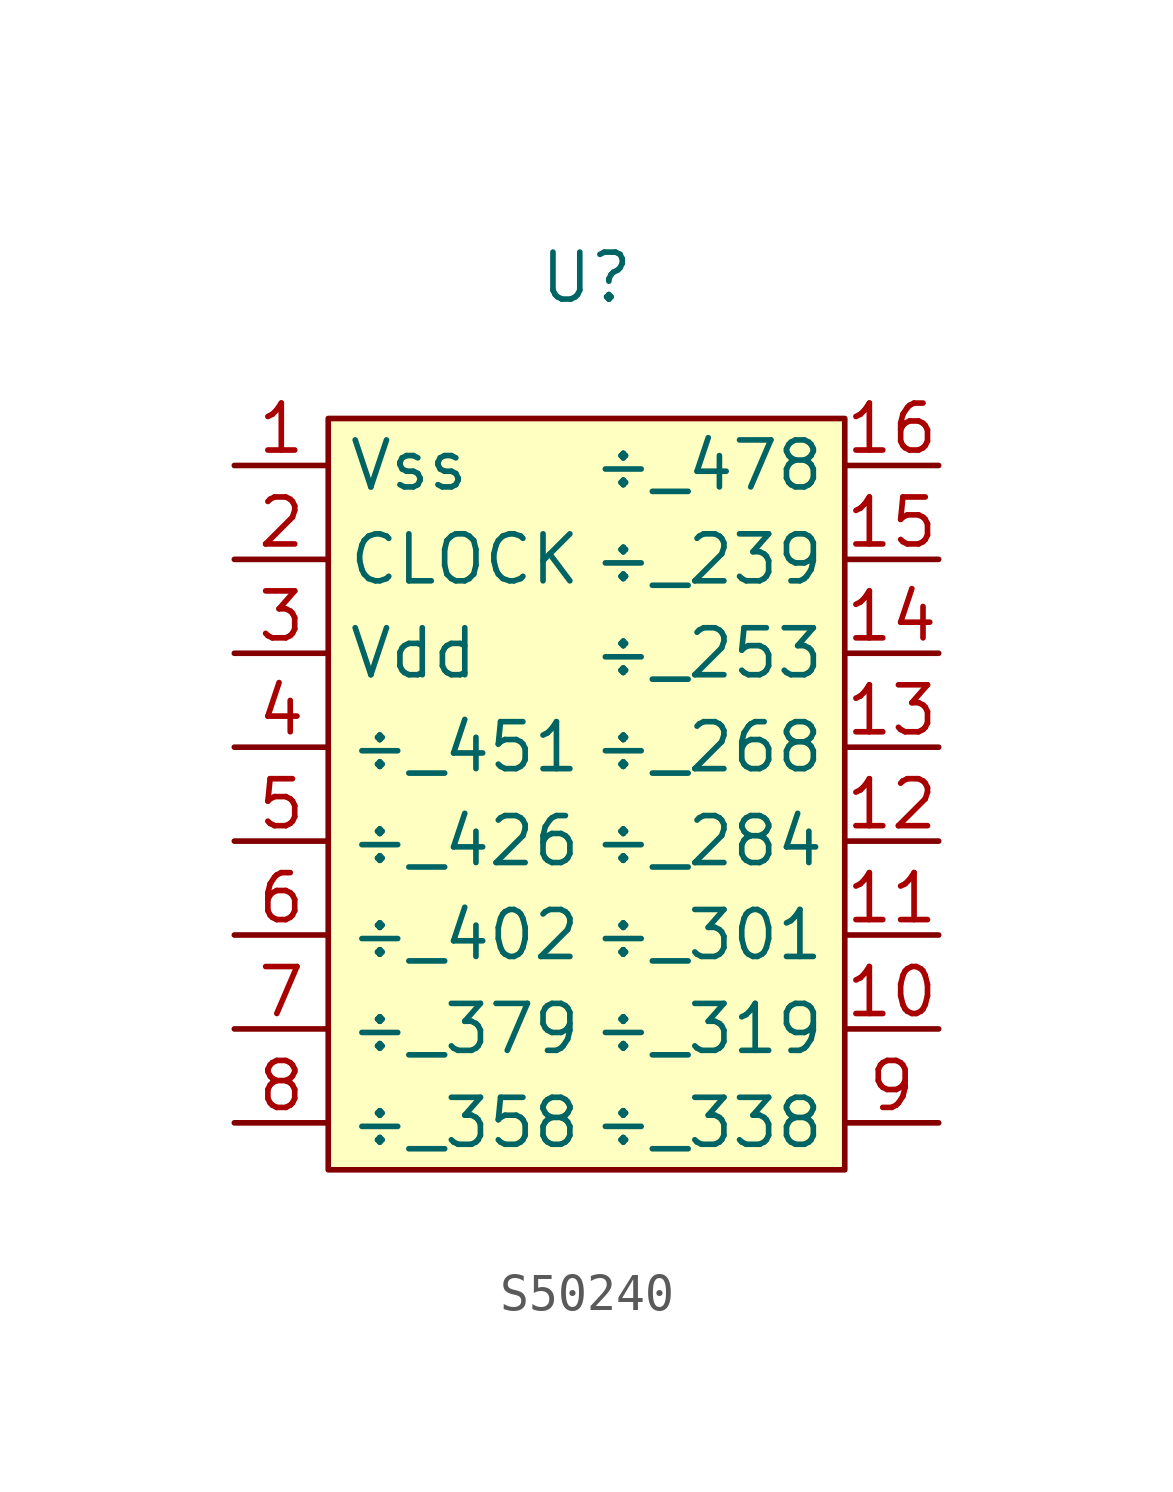
<source format=kicad_sym>
(kicad_symbol_lib
  (version 20220914)
  (generator kicad_symbol_editor)
  (symbol "S50240"
    (property "Reference" "U"
      (at 0 5.08 0)
      (effects (font (size 1.27 1.27))))
    (property "Value" ""
      (at -9.525 0 0)
      (effects (font (size 1.27 1.27))))
    (symbol "S50240_0_0"
      (pin power_in line (at -9.525 0 0) (length 2.54) (name "Vss" (effects (font (size 1.27 1.27)))) (number "1" (effects (font (size 1.27 1.27)))))
      (pin unspecified line (at 9.525 -15.24 180) (length 2.54) (name "÷_319" (effects (font (size 1.27 1.27)))) (number "10" (effects (font (size 1.27 1.27)))))
      (pin unspecified line (at 9.525 -12.7 180) (length 2.54) (name "÷_301" (effects (font (size 1.27 1.27)))) (number "11" (effects (font (size 1.27 1.27)))))
      (pin unspecified line (at 9.525 -10.16 180) (length 2.54) (name "÷_284" (effects (font (size 1.27 1.27)))) (number "12" (effects (font (size 1.27 1.27)))))
      (pin unspecified line (at 9.525 -7.62 180) (length 2.54) (name "÷_268" (effects (font (size 1.27 1.27)))) (number "13" (effects (font (size 1.27 1.27)))))
      (pin unspecified line (at 9.525 -5.08 180) (length 2.54) (name "÷_253" (effects (font (size 1.27 1.27)))) (number "14" (effects (font (size 1.27 1.27)))))
      (pin unspecified line (at 9.525 -2.54 180) (length 2.54) (name "÷_239" (effects (font (size 1.27 1.27)))) (number "15" (effects (font (size 1.27 1.27)))))
      (pin unspecified line (at 9.525 0 180) (length 2.54) (name "÷_478" (effects (font (size 1.27 1.27)))) (number "16" (effects (font (size 1.27 1.27)))))
      (pin input line (at -9.525 -2.54 0) (length 2.54) (name "CLOCK" (effects (font (size 1.27 1.27)))) (number "2" (effects (font (size 1.27 1.27)))))
      (pin power_in line (at -9.525 -5.08 0) (length 2.54) (name "Vdd" (effects (font (size 1.27 1.27)))) (number "3" (effects (font (size 1.27 1.27)))))
      (pin unspecified line (at -9.525 -7.62 0) (length 2.54) (name "÷_451" (effects (font (size 1.27 1.27)))) (number "4" (effects (font (size 1.27 1.27)))))
      (pin unspecified line (at -9.525 -10.16 0) (length 2.54) (name "÷_426" (effects (font (size 1.27 1.27)))) (number "5" (effects (font (size 1.27 1.27)))))
      (pin unspecified line (at -9.525 -12.7 0) (length 2.54) (name "÷_402" (effects (font (size 1.27 1.27)))) (number "6" (effects (font (size 1.27 1.27)))))
      (pin unspecified line (at -9.525 -15.24 0) (length 2.54) (name "÷_379" (effects (font (size 1.27 1.27)))) (number "7" (effects (font (size 1.27 1.27)))))
      (pin unspecified line (at -9.525 -17.78 0) (length 2.54) (name "÷_358" (effects (font (size 1.27 1.27)))) (number "8" (effects (font (size 1.27 1.27)))))
      (pin unspecified line (at 9.525 -17.78 180) (length 2.54) (name "÷_338" (effects (font (size 1.27 1.27)))) (number "9" (effects (font (size 1.27 1.27))))))
    (symbol "S50240_1_1"
      (rectangle (start -6.985 1.27) (end 6.985 -19.05) (stroke (width 0) (type default)) (fill (type background))))))
</source>
